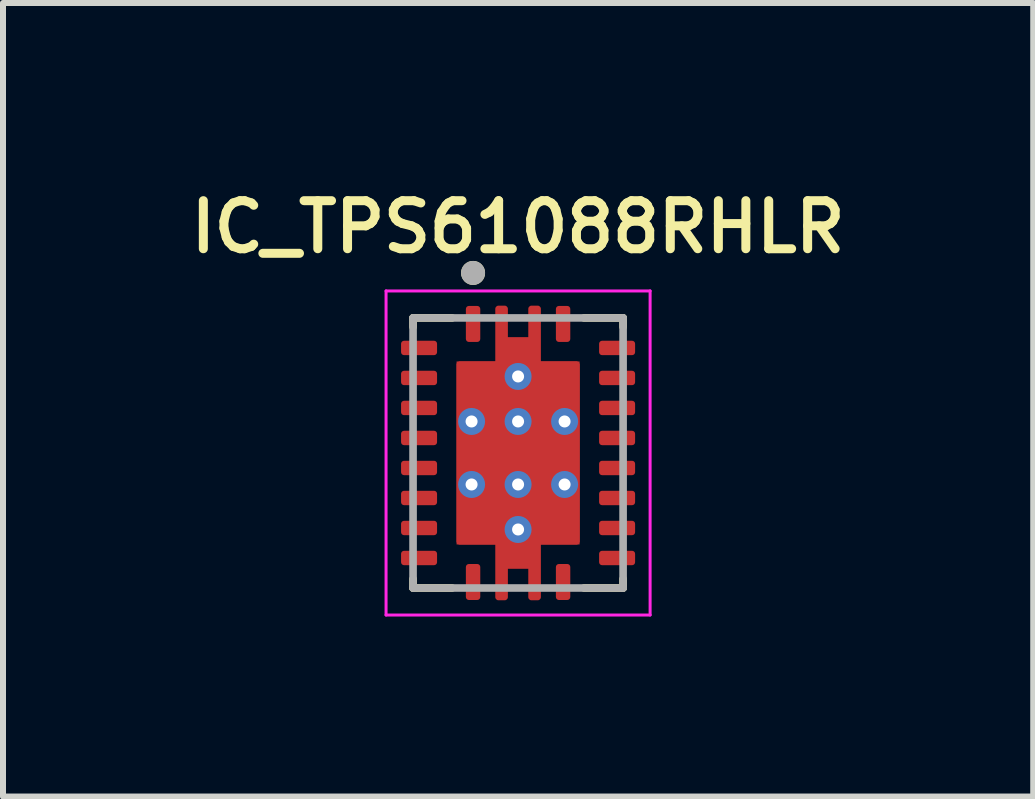
<source format=kicad_pcb>
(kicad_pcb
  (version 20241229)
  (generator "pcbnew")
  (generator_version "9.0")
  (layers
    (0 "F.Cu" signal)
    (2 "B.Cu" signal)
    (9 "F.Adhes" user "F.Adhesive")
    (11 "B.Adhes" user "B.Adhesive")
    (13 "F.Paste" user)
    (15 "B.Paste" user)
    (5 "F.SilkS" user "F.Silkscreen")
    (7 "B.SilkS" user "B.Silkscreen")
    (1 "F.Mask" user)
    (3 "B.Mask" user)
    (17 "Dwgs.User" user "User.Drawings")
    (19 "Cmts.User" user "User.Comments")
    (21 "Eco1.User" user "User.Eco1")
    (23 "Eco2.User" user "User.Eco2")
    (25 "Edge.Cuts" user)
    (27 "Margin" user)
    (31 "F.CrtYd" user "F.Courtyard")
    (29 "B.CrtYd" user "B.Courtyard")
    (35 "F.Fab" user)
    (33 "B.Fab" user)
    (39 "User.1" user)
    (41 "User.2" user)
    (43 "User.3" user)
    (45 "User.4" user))
  (footprint "IC_TPS61088RHLR"
    (layer "F.Cu")
    (at 5.583 4.498)
    (property "Reference" "IC_TPS61088RHLR" (at 0 -3.766 0) (layer "F.SilkS") (effects (font (size 0.801 0.801) (thickness 0.15))))
    (attr smd)
    (fp_poly (pts (xy -0.477 -1.627) (xy -0.477 -2.4) (xy -0.477 -2.408) (xy -0.476 -2.416) (xy -0.475 -2.424) (xy -0.474 -2.432) (xy -0.472 -2.439) (xy -0.47 -2.447) (xy -0.467 -2.454) (xy -0.464 -2.462) (xy -0.46 -2.469) (xy -0.457 -2.476) (xy -0.452 -2.483) (xy -0.448 -2.489) (xy -0.443 -2.496) (xy -0.438 -2.502) (xy -0.432 -2.507) (xy -0.427 -2.513) (xy -0.421 -2.518) (xy -0.414 -2.523) (xy -0.408 -2.527) (xy -0.401 -2.532) (xy -0.394 -2.535) (xy -0.387 -2.539) (xy -0.379 -2.542) (xy -0.372 -2.545) (xy -0.364 -2.547) (xy -0.357 -2.549) (xy -0.349 -2.55) (xy -0.341 -2.551) (xy -0.333 -2.552) (xy -0.325 -2.552) (xy -0.225 -2.552) (xy -0.217 -2.552) (xy -0.209 -2.551) (xy -0.201 -2.55) (xy -0.193 -2.549) (xy -0.186 -2.547) (xy -0.178 -2.545) (xy -0.171 -2.542) (xy -0.163 -2.539) (xy -0.156 -2.535) (xy -0.149 -2.532) (xy -0.142 -2.527) (xy -0.136 -2.523) (xy -0.129 -2.518) (xy -0.123 -2.513) (xy -0.118 -2.507) (xy -0.112 -2.502) (xy -0.107 -2.496) (xy -0.102 -2.489) (xy -0.098 -2.483) (xy -0.093 -2.476) (xy -0.09 -2.469) (xy -0.086 -2.462) (xy -0.083 -2.454) (xy -0.08 -2.447) (xy -0.078 -2.439) (xy -0.076 -2.432) (xy -0.075 -2.424) (xy -0.074 -2.416) (xy -0.073 -2.408) (xy -0.073 -2.4) (xy -0.073 -2.027) (xy 0.072 -2.027) (xy 0.073 -2.027) (xy 0.073 -2.402) (xy 0.073 -2.41) (xy 0.074 -2.418) (xy 0.075 -2.425) (xy 0.076 -2.433) (xy 0.078 -2.441) (xy 0.08 -2.448) (xy 0.083 -2.456) (xy 0.086 -2.463) (xy 0.089 -2.47) (xy 0.093 -2.477) (xy 0.097 -2.484) (xy 0.102 -2.49) (xy 0.106 -2.496) (xy 0.112 -2.502) (xy 0.117 -2.508) (xy 0.123 -2.513) (xy 0.129 -2.519) (xy 0.135 -2.523) (xy 0.141 -2.528) (xy 0.148 -2.532) (xy 0.155 -2.536) (xy 0.162 -2.539) (xy 0.169 -2.542) (xy 0.177 -2.545) (xy 0.184 -2.547) (xy 0.192 -2.549) (xy 0.2 -2.55) (xy 0.207 -2.551) (xy 0.215 -2.552) (xy 0.223 -2.552) (xy 0.326 -2.552) (xy 0.334 -2.552) (xy 0.342 -2.551) (xy 0.35 -2.55) (xy 0.357 -2.549) (xy 0.365 -2.547) (xy 0.373 -2.545) (xy 0.38 -2.542) (xy 0.387 -2.539) (xy 0.395 -2.536) (xy 0.401 -2.532) (xy 0.408 -2.528) (xy 0.415 -2.523) (xy 0.421 -2.518) (xy 0.427 -2.513) (xy 0.433 -2.508) (xy 0.438 -2.502) (xy 0.443 -2.496) (xy 0.448 -2.49) (xy 0.453 -2.483) (xy 0.457 -2.476) (xy 0.461 -2.47) (xy 0.464 -2.462) (xy 0.467 -2.455) (xy 0.47 -2.448) (xy 0.472 -2.44) (xy 0.474 -2.432) (xy 0.475 -2.425) (xy 0.476 -2.417) (xy 0.477 -2.409) (xy 0.477 -2.401) (xy 0.477 -1.627) (xy 0.975 -1.627) (xy 0.983 -1.627) (xy 0.991 -1.626) (xy 0.999 -1.625) (xy 1.007 -1.624) (xy 1.014 -1.622) (xy 1.022 -1.62) (xy 1.029 -1.617) (xy 1.037 -1.614) (xy 1.044 -1.61) (xy 1.051 -1.607) (xy 1.058 -1.602) (xy 1.064 -1.598) (xy 1.071 -1.593) (xy 1.077 -1.588) (xy 1.082 -1.582) (xy 1.088 -1.577) (xy 1.093 -1.571) (xy 1.098 -1.564) (xy 1.102 -1.558) (xy 1.107 -1.551) (xy 1.11 -1.544) (xy 1.114 -1.537) (xy 1.117 -1.529) (xy 1.12 -1.522) (xy 1.122 -1.514) (xy 1.124 -1.507) (xy 1.125 -1.499) (xy 1.126 -1.491) (xy 1.127 -1.483) (xy 1.127 -1.475) (xy 1.127 1.476) (xy 1.127 1.484) (xy 1.126 1.492) (xy 1.125 1.499) (xy 1.124 1.507) (xy 1.122 1.515) (xy 1.12 1.522) (xy 1.117 1.53) (xy 1.114 1.537) (xy 1.111 1.544) (xy 1.107 1.551) (xy 1.103 1.558) (xy 1.098 1.564) (xy 1.094 1.57) (xy 1.088 1.576) (xy 1.083 1.582) (xy 1.077 1.587) (xy 1.071 1.593) (xy 1.065 1.597) (xy 1.059 1.602) (xy 1.052 1.606) (xy 1.045 1.61) (xy 1.038 1.613) (xy 1.031 1.616) (xy 1.023 1.619) (xy 1.016 1.621) (xy 1.008 1.623) (xy 1 1.624) (xy 0.993 1.625) (xy 0.985 1.626) (xy 0.977 1.626) (xy 0.478 1.626) (xy 0.477 1.626) (xy 0.477 1.627) (xy 0.477 2.401) (xy 0.477 2.409) (xy 0.476 2.417) (xy 0.475 2.424) (xy 0.474 2.432) (xy 0.472 2.44) (xy 0.47 2.447) (xy 0.467 2.455) (xy 0.464 2.462) (xy 0.461 2.469) (xy 0.457 2.476) (xy 0.453 2.483) (xy 0.448 2.489) (xy 0.444 2.495) (xy 0.438 2.501) (xy 0.433 2.507) (xy 0.427 2.512) (xy 0.421 2.518) (xy 0.415 2.522) (xy 0.409 2.527) (xy 0.402 2.531) (xy 0.395 2.535) (xy 0.388 2.538) (xy 0.381 2.541) (xy 0.373 2.544) (xy 0.366 2.546) (xy 0.358 2.548) (xy 0.35 2.549) (xy 0.343 2.55) (xy 0.335 2.551) (xy 0.327 2.551) (xy 0.222 2.551) (xy 0.214 2.551) (xy 0.206 2.55) (xy 0.199 2.549) (xy 0.191 2.548) (xy 0.183 2.546) (xy 0.176 2.544) (xy 0.169 2.541) (xy 0.161 2.538) (xy 0.154 2.535) (xy 0.147 2.531) (xy 0.141 2.527) (xy 0.134 2.523) (xy 0.128 2.518) (xy 0.122 2.513) (xy 0.117 2.507) (xy 0.111 2.502) (xy 0.106 2.496) (xy 0.101 2.49) (xy 0.097 2.483) (xy 0.093 2.477) (xy 0.089 2.47) (xy 0.086 2.463) (xy 0.083 2.455) (xy 0.08 2.448) (xy 0.078 2.441) (xy 0.076 2.433) (xy 0.075 2.425) (xy 0.074 2.418) (xy 0.073 2.41) (xy 0.073 2.402) (xy 0.073 2.027) (xy -0.072 2.027) (xy -0.073 2.027) (xy -0.073 2.028) (xy -0.073 2.401) (xy -0.073 2.409) (xy -0.074 2.417) (xy -0.075 2.424) (xy -0.076 2.432) (xy -0.078 2.44) (xy -0.08 2.447) (xy -0.083 2.455) (xy -0.086 2.462) (xy -0.089 2.469) (xy -0.093 2.476) (xy -0.097 2.483) (xy -0.102 2.489) (xy -0.106 2.495) (xy -0.112 2.501) (xy -0.117 2.507) (xy -0.123 2.512) (xy -0.129 2.518) (xy -0.135 2.522) (xy -0.141 2.527) (xy -0.148 2.531) (xy -0.155 2.535) (xy -0.162 2.538) (xy -0.169 2.541) (xy -0.177 2.544) (xy -0.184 2.546) (xy -0.192 2.548) (xy -0.2 2.549) (xy -0.207 2.55) (xy -0.215 2.551) (xy -0.223 2.551) (xy -0.329 2.551) (xy -0.337 2.551) (xy -0.344 2.55) (xy -0.352 2.549) (xy -0.36 2.548) (xy -0.367 2.546) (xy -0.375 2.544) (xy -0.382 2.541) (xy -0.389 2.538) (xy -0.396 2.535) (xy -0.403 2.531) (xy -0.41 2.527) (xy -0.416 2.523) (xy -0.422 2.518) (xy -0.428 2.513) (xy -0.434 2.508) (xy -0.439 2.502) (xy -0.444 2.496) (xy -0.449 2.49) (xy -0.453 2.484) (xy -0.457 2.477) (xy -0.461 2.47) (xy -0.464 2.463) (xy -0.467 2.456) (xy -0.47 2.449) (xy -0.472 2.441) (xy -0.474 2.434) (xy -0.475 2.426) (xy -0.476 2.418) (xy -0.477 2.411) (xy -0.477 2.403) (xy -0.477 1.627) (xy -0.975 1.627) (xy -0.983 1.627) (xy -0.991 1.626) (xy -0.999 1.625) (xy -1.007 1.624) (xy -1.014 1.622) (xy -1.022 1.62) (xy -1.029 1.617) (xy -1.037 1.614) (xy -1.044 1.61) (xy -1.051 1.607) (xy -1.058 1.602) (xy -1.064 1.598) (xy -1.071 1.593) (xy -1.077 1.588) (xy -1.082 1.582) (xy -1.088 1.577) (xy -1.093 1.571) (xy -1.098 1.564) (xy -1.102 1.558) (xy -1.107 1.551) (xy -1.11 1.544) (xy -1.114 1.537) (xy -1.117 1.529) (xy -1.12 1.522) (xy -1.122 1.514) (xy -1.124 1.507) (xy -1.125 1.499) (xy -1.126 1.491) (xy -1.127 1.483) (xy -1.127 1.475) (xy -1.127 -1.474) (xy -1.127 -1.482) (xy -1.126 -1.49) (xy -1.125 -1.498) (xy -1.124 -1.506) (xy -1.122 -1.513) (xy -1.12 -1.521) (xy -1.117 -1.528) (xy -1.114 -1.536) (xy -1.11 -1.543) (xy -1.107 -1.55) (xy -1.102 -1.557) (xy -1.098 -1.563) (xy -1.093 -1.57) (xy -1.088 -1.576) (xy -1.082 -1.581) (xy -1.077 -1.587) (xy -1.071 -1.592) (xy -1.064 -1.597) (xy -1.058 -1.601) (xy -1.051 -1.606) (xy -1.044 -1.609) (xy -1.037 -1.613) (xy -1.029 -1.616) (xy -1.022 -1.619) (xy -1.014 -1.621) (xy -1.007 -1.623) (xy -0.999 -1.624) (xy -0.991 -1.625) (xy -0.983 -1.626) (xy -0.975 -1.626) (xy -0.478 -1.626) (xy -0.477 -1.626) (xy -0.477 -1.627)) (stroke (width 0.01) (type solid)) (fill yes) (layer "F.Mask"))
    (fp_line (start -1.75 -2.25) (end -1.1 -2.25) (stroke (width 0.127) (type solid)) (layer "F.SilkS"))
    (fp_line (start -1.75 -2.1) (end -1.75 -2.25) (stroke (width 0.127) (type solid)) (layer "F.SilkS"))
    (fp_line (start -1.75 2.1) (end -1.75 2.25) (stroke (width 0.127) (type solid)) (layer "F.SilkS"))
    (fp_line (start -1.75 2.25) (end -1.1 2.25) (stroke (width 0.127) (type solid)) (layer "F.SilkS"))
    (fp_line (start 1.1 -2.25) (end 1.75 -2.25) (stroke (width 0.127) (type solid)) (layer "F.SilkS"))
    (fp_line (start 1.1 2.25) (end 1.75 2.25) (stroke (width 0.127) (type solid)) (layer "F.SilkS"))
    (fp_line (start 1.75 -2.25) (end 1.75 -2.1) (stroke (width 0.127) (type solid)) (layer "F.SilkS"))
    (fp_line (start 1.75 2.25) (end 1.75 2.1) (stroke (width 0.127) (type solid)) (layer "F.SilkS"))
    (fp_circle (center -0.75 -3) (end -0.65 -3) (stroke (width 0.2) (type solid)) (fill no) (layer "F.SilkS"))
    (fp_poly (pts (xy -1.02 -0.625) (xy -0.1 -0.625) (xy -0.1 -1.475) (xy -1.02 -1.475)) (stroke (width 0.01) (type solid)) (fill yes) (layer "F.Paste"))
    (fp_poly (pts (xy -1.02 0.425) (xy -0.1 0.425) (xy -0.1 -0.425) (xy -1.02 -0.425)) (stroke (width 0.01) (type solid)) (fill yes) (layer "F.Paste"))
    (fp_poly (pts (xy -1.02 1.475) (xy -0.1 1.475) (xy -0.1 0.625) (xy -1.02 0.625)) (stroke (width 0.01) (type solid)) (fill yes) (layer "F.Paste"))
    (fp_poly (pts (xy 0.1 -0.625) (xy 1.02 -0.625) (xy 1.02 -1.475) (xy 0.1 -1.475)) (stroke (width 0.01) (type solid)) (fill yes) (layer "F.Paste"))
    (fp_poly (pts (xy 0.1 0.425) (xy 1.02 0.425) (xy 1.02 -0.425) (xy 0.1 -0.425)) (stroke (width 0.01) (type solid)) (fill yes) (layer "F.Paste"))
    (fp_poly (pts (xy 0.1 1.475) (xy 1.02 1.475) (xy 1.02 0.625) (xy 0.1 0.625)) (stroke (width 0.01) (type solid)) (fill yes) (layer "F.Paste"))
    (fp_poly (pts (xy -0.375 -1.675) (xy -0.375 -2.4) (xy -0.375 -2.403) (xy -0.375 -2.405) (xy -0.374 -2.408) (xy -0.374 -2.41) (xy -0.373 -2.413) (xy -0.373 -2.415) (xy -0.372 -2.418) (xy -0.371 -2.42) (xy -0.37 -2.423) (xy -0.368 -2.425) (xy -0.367 -2.427) (xy -0.365 -2.429) (xy -0.364 -2.431) (xy -0.362 -2.433) (xy -0.36 -2.435) (xy -0.358 -2.437) (xy -0.356 -2.439) (xy -0.354 -2.44) (xy -0.352 -2.442) (xy -0.35 -2.443) (xy -0.348 -2.445) (xy -0.345 -2.446) (xy -0.343 -2.447) (xy -0.34 -2.448) (xy -0.338 -2.448) (xy -0.335 -2.449) (xy -0.333 -2.449) (xy -0.33 -2.45) (xy -0.328 -2.45) (xy -0.325 -2.45) (xy -0.225 -2.45) (xy -0.222 -2.45) (xy -0.22 -2.45) (xy -0.217 -2.449) (xy -0.215 -2.449) (xy -0.212 -2.448) (xy -0.21 -2.448) (xy -0.207 -2.447) (xy -0.205 -2.446) (xy -0.202 -2.445) (xy -0.2 -2.443) (xy -0.198 -2.442) (xy -0.196 -2.44) (xy -0.194 -2.439) (xy -0.192 -2.437) (xy -0.19 -2.435) (xy -0.188 -2.433) (xy -0.186 -2.431) (xy -0.185 -2.429) (xy -0.183 -2.427) (xy -0.182 -2.425) (xy -0.18 -2.423) (xy -0.179 -2.42) (xy -0.178 -2.418) (xy -0.177 -2.415) (xy -0.177 -2.413) (xy -0.176 -2.41) (xy -0.176 -2.408) (xy -0.175 -2.405) (xy -0.175 -2.403) (xy -0.175 -2.4) (xy -0.175 -1.925) (xy 0.175 -1.925) (xy 0.175 -2.4) (xy 0.175 -2.403) (xy 0.175 -2.405) (xy 0.176 -2.408) (xy 0.176 -2.41) (xy 0.177 -2.413) (xy 0.177 -2.415) (xy 0.178 -2.418) (xy 0.179 -2.42) (xy 0.18 -2.423) (xy 0.182 -2.425) (xy 0.183 -2.427) (xy 0.185 -2.429) (xy 0.186 -2.431) (xy 0.188 -2.433) (xy 0.19 -2.435) (xy 0.192 -2.437) (xy 0.194 -2.439) (xy 0.196 -2.44) (xy 0.198 -2.442) (xy 0.2 -2.443) (xy 0.202 -2.445) (xy 0.205 -2.446) (xy 0.207 -2.447) (xy 0.21 -2.448) (xy 0.212 -2.448) (xy 0.215 -2.449) (xy 0.217 -2.449) (xy 0.22 -2.45) (xy 0.222 -2.45) (xy 0.225 -2.45) (xy 0.325 -2.45) (xy 0.328 -2.45) (xy 0.33 -2.45) (xy 0.333 -2.449) (xy 0.335 -2.449) (xy 0.338 -2.448) (xy 0.34 -2.448) (xy 0.343 -2.447) (xy 0.345 -2.446) (xy 0.348 -2.445) (xy 0.35 -2.443) (xy 0.352 -2.442) (xy 0.354 -2.44) (xy 0.356 -2.439) (xy 0.358 -2.437) (xy 0.36 -2.435) (xy 0.362 -2.433) (xy 0.364 -2.431) (xy 0.365 -2.429) (xy 0.367 -2.427) (xy 0.368 -2.425) (xy 0.37 -2.423) (xy 0.371 -2.42) (xy 0.372 -2.418) (xy 0.373 -2.415) (xy 0.373 -2.413) (xy 0.374 -2.41) (xy 0.374 -2.408) (xy 0.375 -2.405) (xy 0.375 -2.403) (xy 0.375 -2.4) (xy 0.375 -1.675) (xy -0.375 -1.675)) (stroke (width 0.01) (type solid)) (fill yes) (layer "F.Paste"))
    (fp_poly (pts (xy 0.375 1.675) (xy 0.375 2.4) (xy 0.375 2.403) (xy 0.375 2.405) (xy 0.374 2.408) (xy 0.374 2.41) (xy 0.373 2.413) (xy 0.373 2.415) (xy 0.372 2.418) (xy 0.371 2.42) (xy 0.37 2.423) (xy 0.368 2.425) (xy 0.367 2.427) (xy 0.365 2.429) (xy 0.364 2.431) (xy 0.362 2.433) (xy 0.36 2.435) (xy 0.358 2.437) (xy 0.356 2.439) (xy 0.354 2.44) (xy 0.352 2.442) (xy 0.35 2.443) (xy 0.348 2.445) (xy 0.345 2.446) (xy 0.343 2.447) (xy 0.34 2.448) (xy 0.338 2.448) (xy 0.335 2.449) (xy 0.333 2.449) (xy 0.33 2.45) (xy 0.328 2.45) (xy 0.325 2.45) (xy 0.225 2.45) (xy 0.222 2.45) (xy 0.22 2.45) (xy 0.217 2.449) (xy 0.215 2.449) (xy 0.212 2.448) (xy 0.21 2.448) (xy 0.207 2.447) (xy 0.205 2.446) (xy 0.202 2.445) (xy 0.2 2.443) (xy 0.198 2.442) (xy 0.196 2.44) (xy 0.194 2.439) (xy 0.192 2.437) (xy 0.19 2.435) (xy 0.188 2.433) (xy 0.186 2.431) (xy 0.185 2.429) (xy 0.183 2.427) (xy 0.182 2.425) (xy 0.18 2.423) (xy 0.179 2.42) (xy 0.178 2.418) (xy 0.177 2.415) (xy 0.177 2.413) (xy 0.176 2.41) (xy 0.176 2.408) (xy 0.175 2.405) (xy 0.175 2.403) (xy 0.175 2.4) (xy 0.175 1.925) (xy -0.175 1.925) (xy -0.175 2.4) (xy -0.175 2.403) (xy -0.175 2.405) (xy -0.176 2.408) (xy -0.176 2.41) (xy -0.177 2.413) (xy -0.177 2.415) (xy -0.178 2.418) (xy -0.179 2.42) (xy -0.18 2.423) (xy -0.182 2.425) (xy -0.183 2.427) (xy -0.185 2.429) (xy -0.186 2.431) (xy -0.188 2.433) (xy -0.19 2.435) (xy -0.192 2.437) (xy -0.194 2.439) (xy -0.196 2.44) (xy -0.198 2.442) (xy -0.2 2.443) (xy -0.202 2.445) (xy -0.205 2.446) (xy -0.207 2.447) (xy -0.21 2.448) (xy -0.212 2.448) (xy -0.215 2.449) (xy -0.217 2.449) (xy -0.22 2.45) (xy -0.222 2.45) (xy -0.225 2.45) (xy -0.325 2.45) (xy -0.328 2.45) (xy -0.33 2.45) (xy -0.333 2.449) (xy -0.335 2.449) (xy -0.338 2.448) (xy -0.34 2.448) (xy -0.343 2.447) (xy -0.345 2.446) (xy -0.348 2.445) (xy -0.35 2.443) (xy -0.352 2.442) (xy -0.354 2.44) (xy -0.356 2.439) (xy -0.358 2.437) (xy -0.36 2.435) (xy -0.362 2.433) (xy -0.364 2.431) (xy -0.365 2.429) (xy -0.367 2.427) (xy -0.368 2.425) (xy -0.37 2.423) (xy -0.371 2.42) (xy -0.372 2.418) (xy -0.373 2.415) (xy -0.373 2.413) (xy -0.374 2.41) (xy -0.374 2.408) (xy -0.375 2.405) (xy -0.375 2.403) (xy -0.375 2.4) (xy -0.375 1.675) (xy 0.375 1.675)) (stroke (width 0.01) (type solid)) (fill yes) (layer "F.Paste"))
    (fp_line (start -2.2 -2.7) (end -2.2 2.7) (stroke (width 0.05) (type solid)) (layer "F.CrtYd"))
    (fp_line (start -2.2 2.7) (end 2.2 2.7) (stroke (width 0.05) (type solid)) (layer "F.CrtYd"))
    (fp_line (start 2.2 -2.7) (end -2.2 -2.7) (stroke (width 0.05) (type solid)) (layer "F.CrtYd"))
    (fp_line (start 2.2 2.7) (end 2.2 -2.7) (stroke (width 0.05) (type solid)) (layer "F.CrtYd"))
    (fp_line (start -1.75 -2.25) (end 1.75 -2.25) (stroke (width 0.127) (type solid)) (layer "F.Fab"))
    (fp_line (start -1.75 2.25) (end -1.75 -2.25) (stroke (width 0.127) (type solid)) (layer "F.Fab"))
    (fp_line (start 1.75 -2.25) (end 1.75 2.25) (stroke (width 0.127) (type solid)) (layer "F.Fab"))
    (fp_line (start 1.75 2.25) (end -1.75 2.25) (stroke (width 0.127) (type solid)) (layer "F.Fab"))
    (fp_circle (center -0.75 -3) (end -0.65 -3) (stroke (width 0.2) (type solid)) (fill no) (layer "F.Fab"))
    (pad "1" smd roundrect (at -0.75 -2.15) (size 0.24 0.6) (layers "F.Cu" "F.Mask" "F.Paste") (roundrect_rratio 0.21))
    (pad "2" smd roundrect (at -1.65 -1.75) (size 0.6 0.24) (layers "F.Cu" "F.Mask" "F.Paste") (roundrect_rratio 0.21))
    (pad "3" smd roundrect (at -1.65 -1.25) (size 0.6 0.24) (layers "F.Cu" "F.Mask" "F.Paste") (roundrect_rratio 0.21))
    (pad "4" smd roundrect (at -1.65 -0.75) (size 0.6 0.24) (layers "F.Cu" "F.Mask" "F.Paste") (roundrect_rratio 0.21))
    (pad "5" smd roundrect (at -1.65 -0.25) (size 0.6 0.24) (layers "F.Cu" "F.Mask" "F.Paste") (roundrect_rratio 0.21))
    (pad "6" smd roundrect (at -1.65 0.25) (size 0.6 0.24) (layers "F.Cu" "F.Mask" "F.Paste") (roundrect_rratio 0.21))
    (pad "7" smd roundrect (at -1.65 0.75) (size 0.6 0.24) (layers "F.Cu" "F.Mask" "F.Paste") (roundrect_rratio 0.21))
    (pad "8" smd roundrect (at -1.65 1.25) (size 0.6 0.24) (layers "F.Cu" "F.Mask" "F.Paste") (roundrect_rratio 0.21))
    (pad "9" smd roundrect (at -1.65 1.75) (size 0.6 0.24) (layers "F.Cu" "F.Mask" "F.Paste") (roundrect_rratio 0.21))
    (pad "10" smd roundrect (at -0.75 2.15) (size 0.24 0.6) (layers "F.Cu" "F.Mask" "F.Paste") (roundrect_rratio 0.21))
    (pad "11" smd roundrect (at 0.75 2.15) (size 0.24 0.6) (layers "F.Cu" "F.Mask" "F.Paste") (roundrect_rratio 0.21))
    (pad "12" smd roundrect (at 1.65 1.75) (size 0.6 0.24) (layers "F.Cu" "F.Mask" "F.Paste") (roundrect_rratio 0.21))
    (pad "13" smd roundrect (at 1.65 1.25) (size 0.6 0.24) (layers "F.Cu" "F.Mask" "F.Paste") (roundrect_rratio 0.21))
    (pad "14" smd roundrect (at 1.65 0.75) (size 0.6 0.24) (layers "F.Cu" "F.Mask" "F.Paste") (roundrect_rratio 0.21))
    (pad "15" smd roundrect (at 1.65 0.25) (size 0.6 0.24) (layers "F.Cu" "F.Mask" "F.Paste") (roundrect_rratio 0.21))
    (pad "16" smd roundrect (at 1.65 -0.25) (size 0.6 0.24) (layers "F.Cu" "F.Mask" "F.Paste") (roundrect_rratio 0.21))
    (pad "17" smd roundrect (at 1.65 -0.75) (size 0.6 0.24) (layers "F.Cu" "F.Mask" "F.Paste") (roundrect_rratio 0.21))
    (pad "18" smd roundrect (at 1.65 -1.25) (size 0.6 0.24) (layers "F.Cu" "F.Mask" "F.Paste") (roundrect_rratio 0.21))
    (pad "19" smd roundrect (at 1.65 -1.75) (size 0.6 0.24) (layers "F.Cu" "F.Mask" "F.Paste") (roundrect_rratio 0.21))
    (pad "20" smd roundrect (at 0.75 -2.15) (size 0.24 0.6) (layers "F.Cu" "F.Mask" "F.Paste") (roundrect_rratio 0.21))
    (pad "21" smd custom (at 0 0) (size 2.05 3.05) (layers "F.Cu" "F.Mask") (options (anchor rect)) (primitives (gr_poly (pts (xy -0.375 -1.525) (xy -0.375 -2.4) (xy -0.375 -2.403) (xy -0.375 -2.405) (xy -0.374 -2.408) (xy -0.374 -2.41) (xy -0.373 -2.413) (xy -0.373 -2.415) (xy -0.372 -2.418) (xy -0.371 -2.42) (xy -0.37 -2.423) (xy -0.368 -2.425) (xy -0.367 -2.427) (xy -0.365 -2.429) (xy -0.364 -2.431) (xy -0.362 -2.433) (xy -0.36 -2.435) (xy -0.358 -2.437) (xy -0.356 -2.439) (xy -0.354 -2.44) (xy -0.352 -2.442) (xy -0.35 -2.443) (xy -0.348 -2.445) (xy -0.345 -2.446) (xy -0.343 -2.447) (xy -0.34 -2.448) (xy -0.338 -2.448) (xy -0.335 -2.449) (xy -0.333 -2.449) (xy -0.33 -2.45) (xy -0.328 -2.45) (xy -0.325 -2.45) (xy -0.225 -2.45) (xy -0.222 -2.45) (xy -0.22 -2.45) (xy -0.217 -2.449) (xy -0.215 -2.449) (xy -0.212 -2.448) (xy -0.21 -2.448) (xy -0.207 -2.447) (xy -0.205 -2.446) (xy -0.202 -2.445) (xy -0.2 -2.443) (xy -0.198 -2.442) (xy -0.196 -2.44) (xy -0.194 -2.439) (xy -0.192 -2.437) (xy -0.19 -2.435) (xy -0.188 -2.433) (xy -0.186 -2.431) (xy -0.185 -2.429) (xy -0.183 -2.427) (xy -0.182 -2.425) (xy -0.18 -2.423) (xy -0.179 -2.42) (xy -0.178 -2.418) (xy -0.177 -2.415) (xy -0.177 -2.413) (xy -0.176 -2.41) (xy -0.176 -2.408) (xy -0.175 -2.405) (xy -0.175 -2.403) (xy -0.175 -2.4) (xy -0.175 -1.925) (xy 0.175 -1.925) (xy 0.175 -2.4) (xy 0.175 -2.403) (xy 0.175 -2.405) (xy 0.176 -2.408) (xy 0.176 -2.41) (xy 0.177 -2.413) (xy 0.177 -2.415) (xy 0.178 -2.418) (xy 0.179 -2.42) (xy 0.18 -2.423) (xy 0.182 -2.425) (xy 0.183 -2.427) (xy 0.185 -2.429) (xy 0.186 -2.431) (xy 0.188 -2.433) (xy 0.19 -2.435) (xy 0.192 -2.437) (xy 0.194 -2.439) (xy 0.196 -2.44) (xy 0.198 -2.442) (xy 0.2 -2.443) (xy 0.202 -2.445) (xy 0.205 -2.446) (xy 0.207 -2.447) (xy 0.21 -2.448) (xy 0.212 -2.448) (xy 0.215 -2.449) (xy 0.217 -2.449) (xy 0.22 -2.45) (xy 0.222 -2.45) (xy 0.225 -2.45) (xy 0.325 -2.45) (xy 0.328 -2.45) (xy 0.33 -2.45) (xy 0.333 -2.449) (xy 0.335 -2.449) (xy 0.338 -2.448) (xy 0.34 -2.448) (xy 0.343 -2.447) (xy 0.345 -2.446) (xy 0.348 -2.445) (xy 0.35 -2.443) (xy 0.352 -2.442) (xy 0.354 -2.44) (xy 0.356 -2.439) (xy 0.358 -2.437) (xy 0.36 -2.435) (xy 0.362 -2.433) (xy 0.364 -2.431) (xy 0.365 -2.429) (xy 0.367 -2.427) (xy 0.368 -2.425) (xy 0.37 -2.423) (xy 0.371 -2.42) (xy 0.372 -2.418) (xy 0.373 -2.415) (xy 0.373 -2.413) (xy 0.374 -2.41) (xy 0.374 -2.408) (xy 0.375 -2.405) (xy 0.375 -2.403) (xy 0.375 -2.4) (xy 0.375 -1.525) (xy 0.975 -1.525) (xy 0.978 -1.525) (xy 0.98 -1.525) (xy 0.983 -1.524) (xy 0.985 -1.524) (xy 0.988 -1.523) (xy 0.99 -1.523) (xy 0.993 -1.522) (xy 0.995 -1.521) (xy 0.998 -1.52) (xy 1 -1.518) (xy 1.002 -1.517) (xy 1.004 -1.515) (xy 1.006 -1.514) (xy 1.008 -1.512) (xy 1.01 -1.51) (xy 1.012 -1.508) (xy 1.014 -1.506) (xy 1.015 -1.504) (xy 1.017 -1.502) (xy 1.018 -1.5) (xy 1.02 -1.498) (xy 1.021 -1.495) (xy 1.022 -1.493) (xy 1.023 -1.49) (xy 1.023 -1.488) (xy 1.024 -1.485) (xy 1.024 -1.483) (xy 1.025 -1.48) (xy 1.025 -1.478) (xy 1.025 -1.475) (xy 1.025 1.475) (xy 1.025 1.478) (xy 1.025 1.48) (xy 1.024 1.483) (xy 1.024 1.485) (xy 1.023 1.488) (xy 1.023 1.49) (xy 1.022 1.493) (xy 1.021 1.495) (xy 1.02 1.498) (xy 1.018 1.5) (xy 1.017 1.502) (xy 1.015 1.504) (xy 1.014 1.506) (xy 1.012 1.508) (xy 1.01 1.51) (xy 1.008 1.512) (xy 1.006 1.514) (xy 1.004 1.515) (xy 1.002 1.517) (xy 1 1.518) (xy 0.998 1.52) (xy 0.995 1.521) (xy 0.993 1.522) (xy 0.99 1.523) (xy 0.988 1.523) (xy 0.985 1.524) (xy 0.983 1.524) (xy 0.98 1.525) (xy 0.978 1.525) (xy 0.975 1.525) (xy 0.375 1.525) (xy 0.375 2.4) (xy 0.375 2.403) (xy 0.375 2.405) (xy 0.374 2.408) (xy 0.374 2.41) (xy 0.373 2.413) (xy 0.373 2.415) (xy 0.372 2.418) (xy 0.371 2.42) (xy 0.37 2.423) (xy 0.368 2.425) (xy 0.367 2.427) (xy 0.365 2.429) (xy 0.364 2.431) (xy 0.362 2.433) (xy 0.36 2.435) (xy 0.358 2.437) (xy 0.356 2.439) (xy 0.354 2.44) (xy 0.352 2.442) (xy 0.35 2.443) (xy 0.348 2.445) (xy 0.345 2.446) (xy 0.343 2.447) (xy 0.34 2.448) (xy 0.338 2.448) (xy 0.335 2.449) (xy 0.333 2.449) (xy 0.33 2.45) (xy 0.328 2.45) (xy 0.325 2.45) (xy 0.225 2.45) (xy 0.222 2.45) (xy 0.22 2.45) (xy 0.217 2.449) (xy 0.215 2.449) (xy 0.212 2.448) (xy 0.21 2.448) (xy 0.207 2.447) (xy 0.205 2.446) (xy 0.202 2.445) (xy 0.2 2.443) (xy 0.198 2.442) (xy 0.196 2.44) (xy 0.194 2.439) (xy 0.192 2.437) (xy 0.19 2.435) (xy 0.188 2.433) (xy 0.186 2.431) (xy 0.185 2.429) (xy 0.183 2.427) (xy 0.182 2.425) (xy 0.18 2.423) (xy 0.179 2.42) (xy 0.178 2.418) (xy 0.177 2.415) (xy 0.177 2.413) (xy 0.176 2.41) (xy 0.176 2.408) (xy 0.175 2.405) (xy 0.175 2.403) (xy 0.175 2.4) (xy 0.175 1.925) (xy -0.175 1.925) (xy -0.175 2.4) (xy -0.175 2.403) (xy -0.175 2.405) (xy -0.176 2.408) (xy -0.176 2.41) (xy -0.177 2.413) (xy -0.177 2.415) (xy -0.178 2.418) (xy -0.179 2.42) (xy -0.18 2.423) (xy -0.182 2.425) (xy -0.183 2.427) (xy -0.185 2.429) (xy -0.186 2.431) (xy -0.188 2.433) (xy -0.19 2.435) (xy -0.192 2.437) (xy -0.194 2.439) (xy -0.196 2.44) (xy -0.198 2.442) (xy -0.2 2.443) (xy -0.202 2.445) (xy -0.205 2.446) (xy -0.207 2.447) (xy -0.21 2.448) (xy -0.212 2.448) (xy -0.215 2.449) (xy -0.217 2.449) (xy -0.22 2.45) (xy -0.222 2.45) (xy -0.225 2.45) (xy -0.325 2.45) (xy -0.328 2.45) (xy -0.33 2.45) (xy -0.333 2.449) (xy -0.335 2.449) (xy -0.338 2.448) (xy -0.34 2.448) (xy -0.343 2.447) (xy -0.345 2.446) (xy -0.348 2.445) (xy -0.35 2.443) (xy -0.352 2.442) (xy -0.354 2.44) (xy -0.356 2.439) (xy -0.358 2.437) (xy -0.36 2.435) (xy -0.362 2.433) (xy -0.364 2.431) (xy -0.365 2.429) (xy -0.367 2.427) (xy -0.368 2.425) (xy -0.37 2.423) (xy -0.371 2.42) (xy -0.372 2.418) (xy -0.373 2.415) (xy -0.373 2.413) (xy -0.374 2.41) (xy -0.374 2.408) (xy -0.375 2.405) (xy -0.375 2.403) (xy -0.375 2.4) (xy -0.375 1.525) (xy -0.975 1.525) (xy -0.978 1.525) (xy -0.98 1.525) (xy -0.983 1.524) (xy -0.985 1.524) (xy -0.988 1.523) (xy -0.99 1.523) (xy -0.993 1.522) (xy -0.995 1.521) (xy -0.998 1.52) (xy -1 1.518) (xy -1.002 1.517) (xy -1.004 1.515) (xy -1.006 1.514) (xy -1.008 1.512) (xy -1.01 1.51) (xy -1.012 1.508) (xy -1.014 1.506) (xy -1.015 1.504) (xy -1.017 1.502) (xy -1.018 1.5) (xy -1.02 1.498) (xy -1.021 1.495) (xy -1.022 1.493) (xy -1.023 1.49) (xy -1.023 1.488) (xy -1.024 1.485) (xy -1.024 1.483) (xy -1.025 1.48) (xy -1.025 1.478) (xy -1.025 1.475) (xy -1.025 -1.475) (xy -1.025 -1.478) (xy -1.025 -1.48) (xy -1.024 -1.483) (xy -1.024 -1.485) (xy -1.023 -1.488) (xy -1.023 -1.49) (xy -1.022 -1.493) (xy -1.021 -1.495) (xy -1.02 -1.498) (xy -1.018 -1.5) (xy -1.017 -1.502) (xy -1.015 -1.504) (xy -1.014 -1.506) (xy -1.012 -1.508) (xy -1.01 -1.51) (xy -1.008 -1.512) (xy -1.006 -1.514) (xy -1.004 -1.515) (xy -1.002 -1.517) (xy -1 -1.518) (xy -0.998 -1.52) (xy -0.995 -1.521) (xy -0.993 -1.522) (xy -0.99 -1.523) (xy -0.988 -1.523) (xy -0.985 -1.524) (xy -0.983 -1.524) (xy -0.98 -1.525) (xy -0.978 -1.525) (xy -0.975 -1.525) (xy -0.375 -1.525)) (width 0.01) (fill yes))))
    (pad "22" thru_hole circle (at 0 -1.275) (size 0.45 0.45) (drill 0.2) (layers "*.Cu" "*.Mask"))
    (pad "23" thru_hole circle (at -0.775 -0.525) (size 0.45 0.45) (drill 0.2) (layers "*.Cu" "*.Mask"))
    (pad "24" thru_hole circle (at 0 -0.525) (size 0.45 0.45) (drill 0.2) (layers "*.Cu" "*.Mask"))
    (pad "25" thru_hole circle (at 0.775 -0.525) (size 0.45 0.45) (drill 0.2) (layers "*.Cu" "*.Mask"))
    (pad "26" thru_hole circle (at -0.775 0.525) (size 0.45 0.45) (drill 0.2) (layers "*.Cu" "*.Mask"))
    (pad "27" thru_hole circle (at 0 0.525) (size 0.45 0.45) (drill 0.2) (layers "*.Cu" "*.Mask"))
    (pad "28" thru_hole circle (at 0.775 0.525) (size 0.45 0.45) (drill 0.2) (layers "*.Cu" "*.Mask"))
    (pad "29" thru_hole circle (at 0 1.275) (size 0.45 0.45) (drill 0.2) (layers "*.Cu" "*.Mask")))
  (gr_rect
    (start -3 -3)
    (end 14.167 10.223)
    (stroke (width 0.1) (type default))
    (fill no)
    (layer "Edge.Cuts")))
</source>
